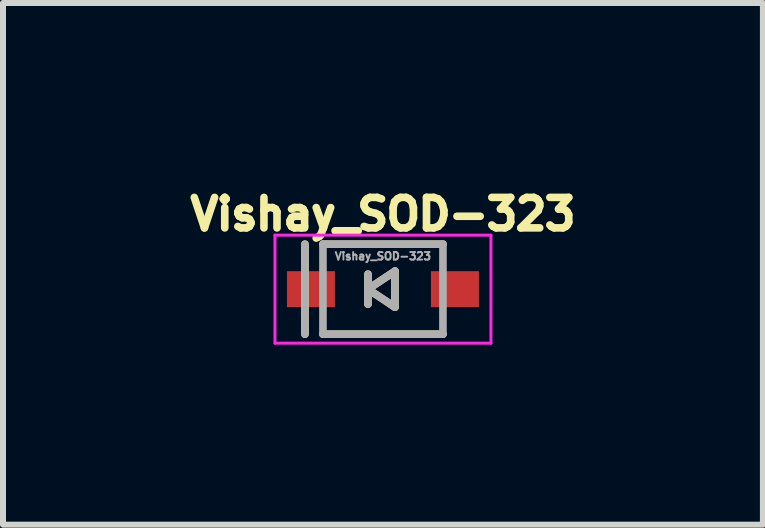
<source format=kicad_pcb>
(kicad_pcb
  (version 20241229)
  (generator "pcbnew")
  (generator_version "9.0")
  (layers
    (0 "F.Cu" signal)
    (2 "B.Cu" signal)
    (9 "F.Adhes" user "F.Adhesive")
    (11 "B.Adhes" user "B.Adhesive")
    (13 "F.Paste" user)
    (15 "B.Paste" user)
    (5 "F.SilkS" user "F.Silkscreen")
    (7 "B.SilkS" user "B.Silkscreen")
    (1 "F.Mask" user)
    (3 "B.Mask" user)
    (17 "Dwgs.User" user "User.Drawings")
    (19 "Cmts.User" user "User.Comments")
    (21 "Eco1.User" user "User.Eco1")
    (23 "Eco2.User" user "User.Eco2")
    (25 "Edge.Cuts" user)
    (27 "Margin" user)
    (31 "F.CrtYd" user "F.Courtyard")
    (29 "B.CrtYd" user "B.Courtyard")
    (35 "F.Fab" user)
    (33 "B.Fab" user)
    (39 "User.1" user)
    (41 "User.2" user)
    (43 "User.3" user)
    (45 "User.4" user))
  (footprint "Vishay_SOD-323"
    (layer "F.Cu")
    (at 3.333 1.77)
    (property "Reference" "Vishay_SOD-323" (at 0 -1.25 0) (layer "F.SilkS") (effects (font (size 0.508 0.508) (thickness 0.127))))
    (attr through_hole)
    (fp_line (start -1.3 -0.75) (end -1.3 0.75) (stroke (width 0.127) (type solid)) (layer "F.SilkS"))
    (fp_line (start -1 -0.75) (end 1 -0.75) (stroke (width 0.127) (type solid)) (layer "F.SilkS"))
    (fp_line (start -1 0.75) (end 1 0.75) (stroke (width 0.127) (type solid)) (layer "F.SilkS"))
    (fp_line (start -0.25 -0.25) (end -0.25 0.25) (stroke (width 0.127) (type solid)) (layer "F.SilkS"))
    (fp_line (start -0.25 0) (end 0.2 -0.3) (stroke (width 0.127) (type solid)) (layer "F.SilkS"))
    (fp_line (start 0.2 -0.3) (end 0.2 0.3) (stroke (width 0.127) (type solid)) (layer "F.SilkS"))
    (fp_line (start 0.2 0.3) (end -0.25 0) (stroke (width 0.127) (type solid)) (layer "F.SilkS"))
    (fp_line (start -1.8 -0.9) (end 1.8 -0.9) (stroke (width 0.05) (type solid)) (layer "F.CrtYd"))
    (fp_line (start -1.8 0.9) (end -1.8 -0.9) (stroke (width 0.05) (type solid)) (layer "F.CrtYd"))
    (fp_line (start -1.8 0.9) (end 1.8 0.9) (stroke (width 0.05) (type solid)) (layer "F.CrtYd"))
    (fp_line (start 1.8 -0.9) (end 1.8 0.9) (stroke (width 0.05) (type solid)) (layer "F.CrtYd"))
    (fp_line (start -1.3 -0.75) (end -1.3 0.75) (stroke (width 0.127) (type solid)) (layer "F.Fab"))
    (fp_line (start -1 -0.75) (end -1 0.75) (stroke (width 0.127) (type solid)) (layer "F.Fab"))
    (fp_line (start -1 -0.75) (end 1 -0.75) (stroke (width 0.127) (type solid)) (layer "F.Fab"))
    (fp_line (start -1 0.75) (end 1 0.75) (stroke (width 0.127) (type solid)) (layer "F.Fab"))
    (fp_line (start -0.25 -0.25) (end -0.25 0.25) (stroke (width 0.127) (type solid)) (layer "F.Fab"))
    (fp_line (start -0.25 0) (end 0.2 -0.3) (stroke (width 0.127) (type solid)) (layer "F.Fab"))
    (fp_line (start 0.2 -0.3) (end 0.2 0.3) (stroke (width 0.127) (type solid)) (layer "F.Fab"))
    (fp_line (start 0.2 0.3) (end -0.25 0) (stroke (width 0.127) (type solid)) (layer "F.Fab"))
    (fp_line (start 1 -0.75) (end 1 0.75) (stroke (width 0.127) (type solid)) (layer "F.Fab"))
    (fp_text user "${REFERENCE}" (at 0 -0.55 0) (layer "F.Fab") (effects (font (size 0.127 0.127) (thickness 0.032))))
    (pad "1" smd rect (at -1.2 0) (size 0.8 0.6) (layers "F.Cu" "F.Mask" "F.Paste"))
    (pad "2" smd rect (at 1.2 0) (size 0.8 0.6) (layers "F.Cu" "F.Mask" "F.Paste")))
  (gr_rect
    (start -3 -3)
    (end 9.666 5.695)
    (stroke (width 0.1) (type default))
    (fill no)
    (layer "Edge.Cuts")))
</source>
